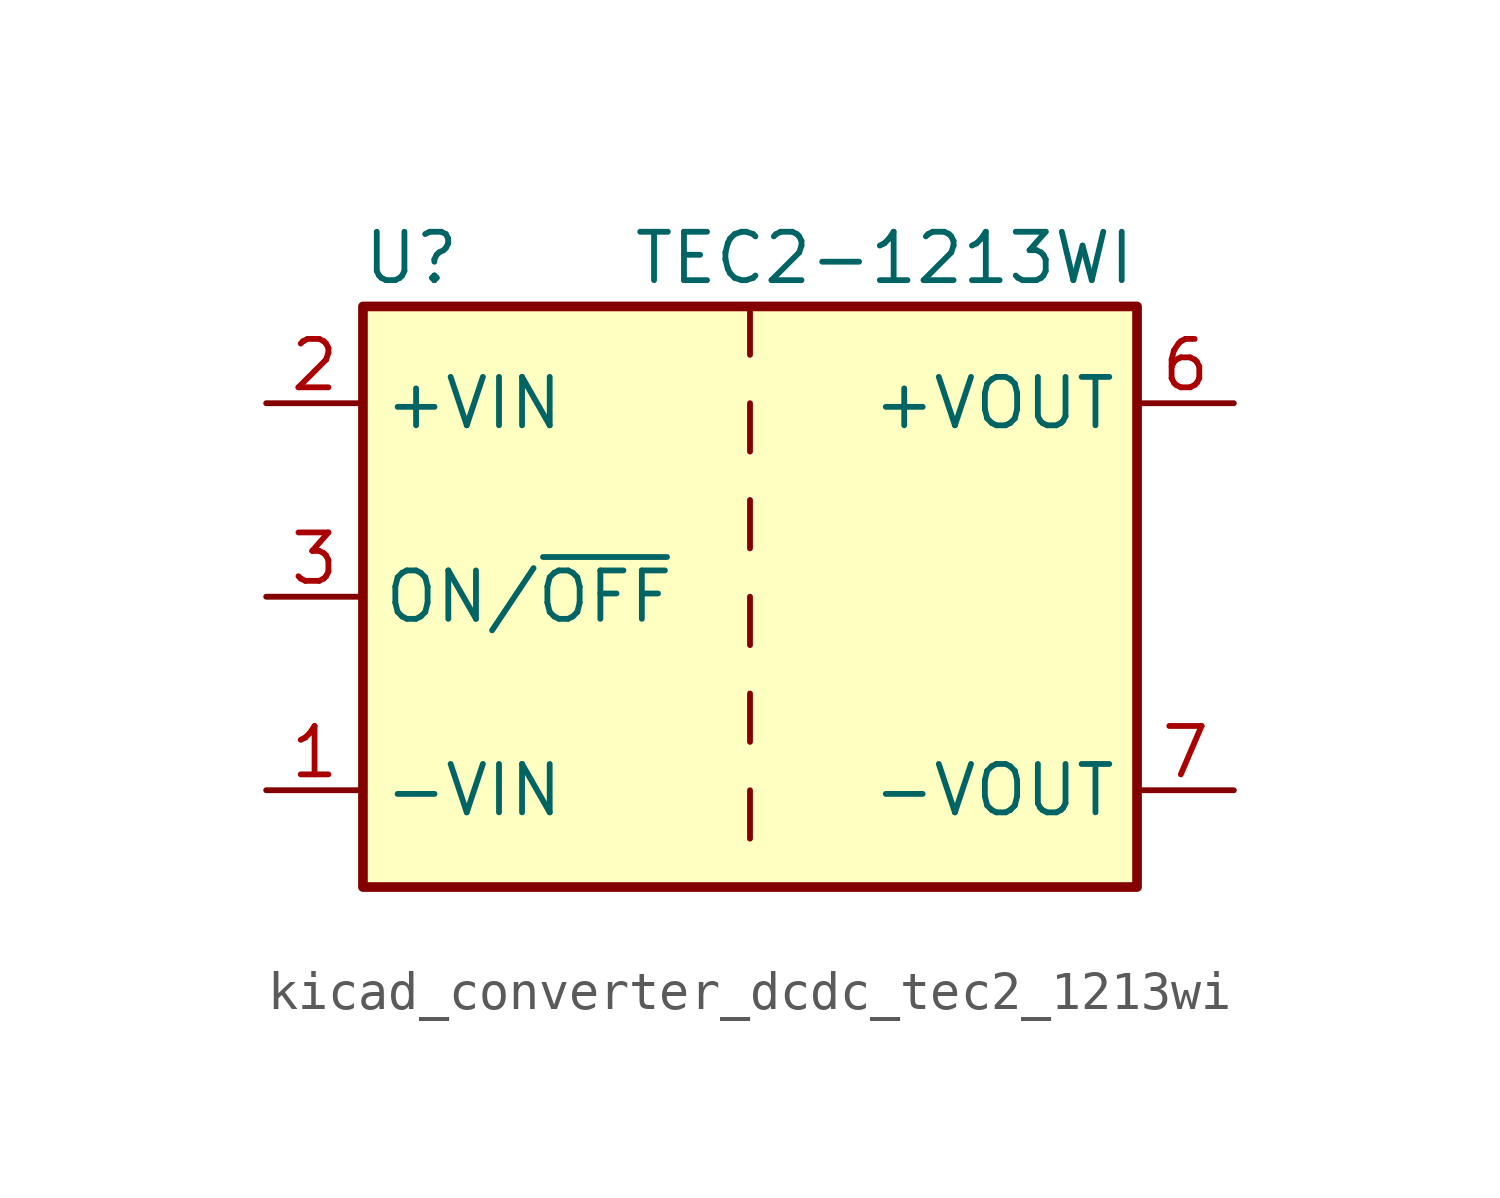
<source format=kicad_sym>
(kicad_symbol_lib
  (version 20220914)
  (generator kicad_symbol_editor)
  (symbol "kicad_converter_dcdc_tec2_1213wi"
    (property "Reference" "U"
      (at -8.89 8.89 0)
      (effects (font (size 1.27 1.27))))
    (property "Value" "TEC2-1213WI"
      (at 10.16 8.89 0)
      (effects (font (size 1.27 1.27)) (justify right)))
    (symbol "kicad_converter_dcdc_tec2_1213wi_0_1"
      (rectangle (start -10.16 7.62) (end 10.16 -7.62) (stroke (width 0.254) (type default)) (fill (type background)))
      (polyline (pts (xy 0 -5.08) (xy 0 -6.35)) (stroke (width 0) (type default)) (fill (type none)))
      (polyline (pts (xy 0 -2.54) (xy 0 -3.81)) (stroke (width 0) (type default)) (fill (type none)))
      (polyline (pts (xy 0 0) (xy 0 -1.27)) (stroke (width 0) (type default)) (fill (type none)))
      (polyline (pts (xy 0 2.54) (xy 0 1.27)) (stroke (width 0) (type default)) (fill (type none)))
      (polyline (pts (xy 0 5.08) (xy 0 3.81)) (stroke (width 0) (type default)) (fill (type none)))
      (polyline (pts (xy 0 7.62) (xy 0 6.35)) (stroke (width 0) (type default)) (fill (type none))))
    (symbol "kicad_converter_dcdc_tec2_1213wi_1_1"
      (pin power_in line (at -12.7 -5.08 0) (length 2.54) (name "-VIN" (effects (font (size 1.27 1.27)))) (number "1" (effects (font (size 1.27 1.27)))))
      (pin power_in line (at -12.7 5.08 0) (length 2.54) (name "+VIN" (effects (font (size 1.27 1.27)))) (number "2" (effects (font (size 1.27 1.27)))))
      (pin input line (at -12.7 0 0) (length 2.54) (name "ON/~{OFF}" (effects (font (size 1.27 1.27)))) (number "3" (effects (font (size 1.27 1.27)))))
      (pin no_connect line (at 10.16 2.54 180) (length 2.54) hide (name "NC" (effects (font (size 1.27 1.27)))) (number "5" (effects (font (size 1.27 1.27)))))
      (pin power_out line (at 12.7 5.08 180) (length 2.54) (name "+VOUT" (effects (font (size 1.27 1.27)))) (number "6" (effects (font (size 1.27 1.27)))))
      (pin power_out line (at 12.7 -5.08 180) (length 2.54) (name "-VOUT" (effects (font (size 1.27 1.27)))) (number "7" (effects (font (size 1.27 1.27)))))
      (pin no_connect line (at 10.16 0 180) (length 2.54) hide (name "NC" (effects (font (size 1.27 1.27)))) (number "8" (effects (font (size 1.27 1.27))))))))
</source>
